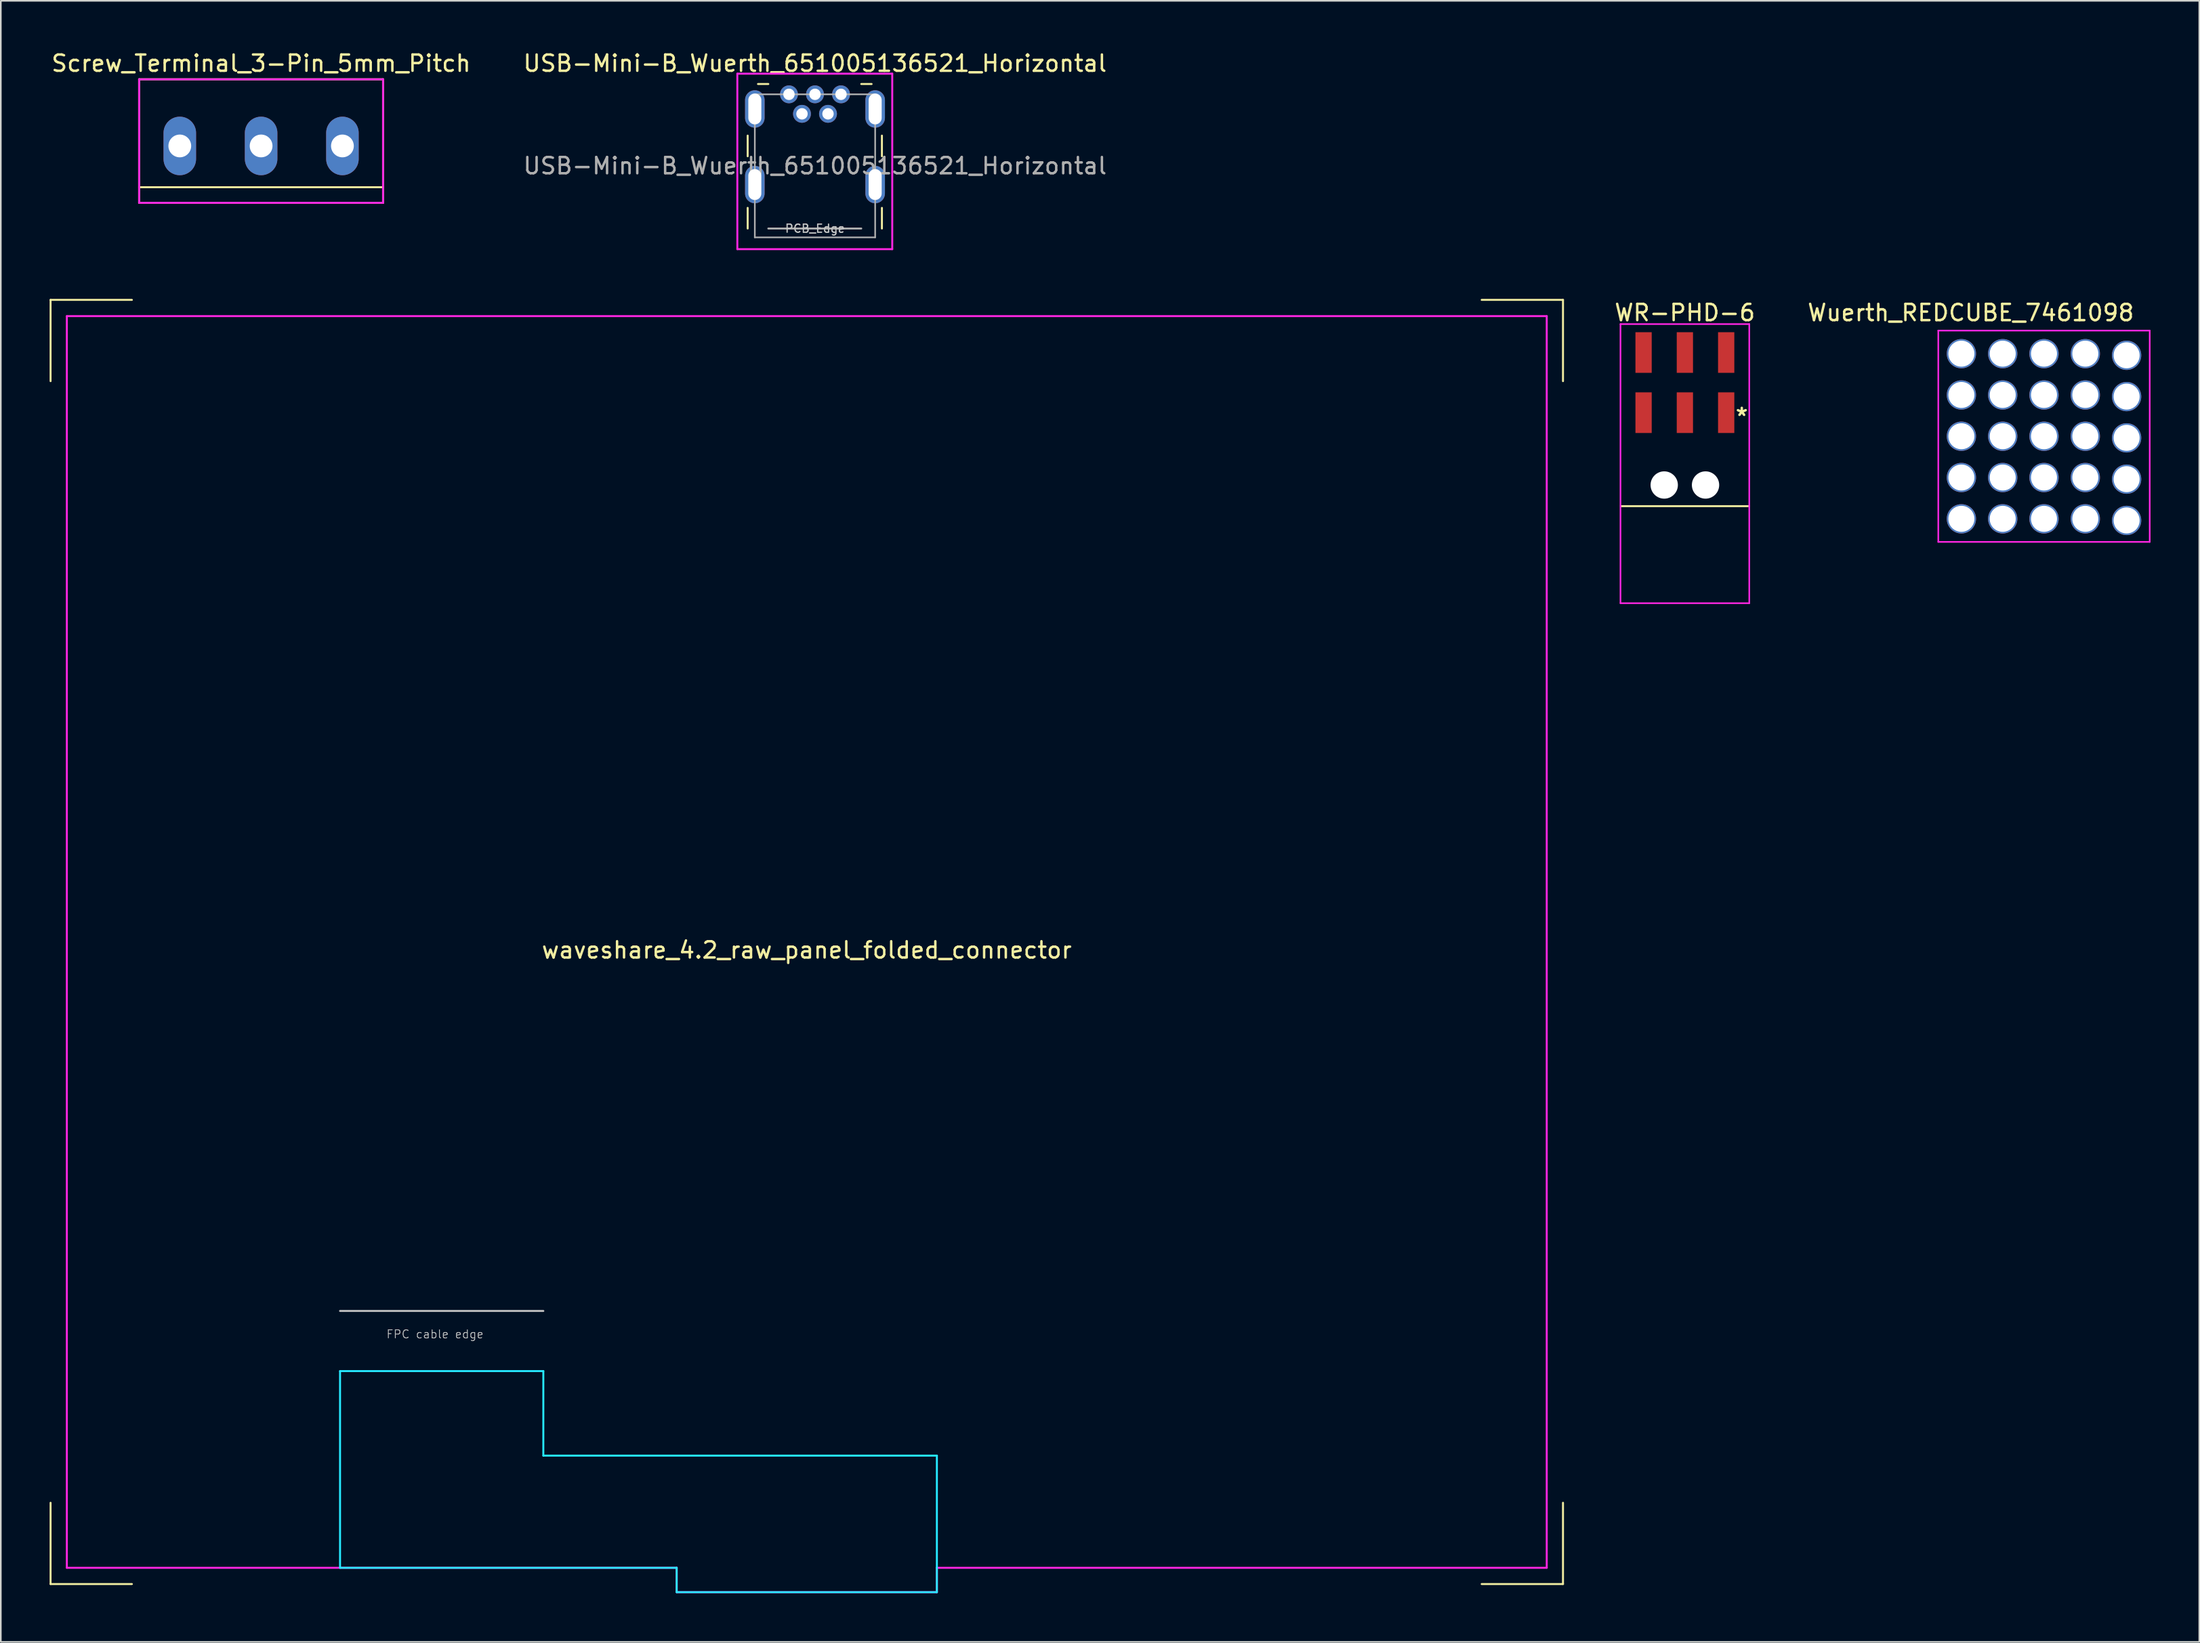
<source format=kicad_pcb>
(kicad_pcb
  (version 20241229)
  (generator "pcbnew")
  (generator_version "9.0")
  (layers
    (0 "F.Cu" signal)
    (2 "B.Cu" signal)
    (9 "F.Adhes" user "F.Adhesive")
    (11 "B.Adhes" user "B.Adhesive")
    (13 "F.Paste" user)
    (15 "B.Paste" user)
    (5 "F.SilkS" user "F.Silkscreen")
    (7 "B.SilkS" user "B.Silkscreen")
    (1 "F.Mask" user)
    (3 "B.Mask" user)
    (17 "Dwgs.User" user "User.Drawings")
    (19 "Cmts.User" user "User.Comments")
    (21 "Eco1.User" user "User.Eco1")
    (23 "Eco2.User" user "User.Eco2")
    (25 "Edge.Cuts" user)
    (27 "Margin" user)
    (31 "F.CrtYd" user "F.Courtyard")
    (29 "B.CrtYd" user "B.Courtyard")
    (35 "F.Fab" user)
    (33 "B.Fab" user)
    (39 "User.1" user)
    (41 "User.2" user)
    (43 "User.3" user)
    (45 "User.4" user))
  (footprint "USB-Mini-B_Wuerth_651005136521_Horizontal"
    (layer "F.Cu")
    (at 45.465 2.753)
    (property "Reference" "USB-Mini-B_Wuerth_651005136521_Horizontal" (at 1.6 -1.905 0) (layer "F.SilkS") (effects (font (size 1 1) (thickness 0.15))))
    (attr through_hole)
    (fp_line (start -2.54 2.54) (end -2.54 3.81) (stroke (width 0.12) (type solid)) (layer "F.SilkS"))
    (fp_line (start -2.54 6.985) (end -2.54 8.255) (stroke (width 0.12) (type solid)) (layer "F.SilkS"))
    (fp_line (start -1.905 -0.635) (end -1.27 -0.635) (stroke (width 0.12) (type solid)) (layer "F.SilkS"))
    (fp_line (start 5.08 -0.635) (end 4.445 -0.635) (stroke (width 0.12) (type solid)) (layer "F.SilkS"))
    (fp_line (start 5.715 2.54) (end 5.715 3.81) (stroke (width 0.12) (type solid)) (layer "F.SilkS"))
    (fp_line (start 5.715 6.985) (end 5.715 8.255) (stroke (width 0.12) (type solid)) (layer "F.SilkS"))
    (fp_line (start -3.175 -1.27) (end 6.35 -1.27) (stroke (width 0.12) (type solid)) (layer "F.CrtYd"))
    (fp_line (start -3.175 9.525) (end -3.175 -1.27) (stroke (width 0.12) (type solid)) (layer "F.CrtYd"))
    (fp_line (start 6.35 -1.27) (end 6.35 9.525) (stroke (width 0.12) (type solid)) (layer "F.CrtYd"))
    (fp_line (start 6.35 9.525) (end -3.175 9.525) (stroke (width 0.12) (type solid)) (layer "F.CrtYd"))
    (fp_line (start -2.1 0) (end -2.1 8.8) (stroke (width 0.1) (type solid)) (layer "F.Fab"))
    (fp_line (start -2.1 8.8) (end 5.3 8.8) (stroke (width 0.1) (type solid)) (layer "F.Fab"))
    (fp_line (start -1.27 8.255) (end 4.445 8.255) (stroke (width 0.12) (type solid)) (layer "F.Fab"))
    (fp_line (start 5.3 0) (end -2.1 0) (stroke (width 0.1) (type solid)) (layer "F.Fab"))
    (fp_line (start 5.3 8.8) (end 5.3 0) (stroke (width 0.1) (type solid)) (layer "F.Fab"))
    (fp_text user "PCB_Edge" (at 1.6 8.255 0) (layer "Dwgs.User") (effects (font (size 0.5 0.5) (thickness 0.08))))
    (fp_text user "${REFERENCE}" (at 1.6 4.4 0) (layer "F.Fab") (effects (font (size 1 1) (thickness 0.15))))
    (pad "1" thru_hole circle (at 0 0) (size 1.1 1.1) (drill 0.7) (layers "*.Cu" "*.Mask"))
    (pad "2" thru_hole circle (at 0.8 1.2) (size 1.1 1.1) (drill 0.7) (layers "*.Cu" "*.Mask"))
    (pad "3" thru_hole circle (at 1.6 0) (size 1.1 1.1) (drill 0.7) (layers "*.Cu" "*.Mask"))
    (pad "4" thru_hole circle (at 2.4 1.2) (size 1.1 1.1) (drill 0.7) (layers "*.Cu" "*.Mask"))
    (pad "5" thru_hole circle (at 3.2 0) (size 1.1 1.1) (drill 0.7) (layers "*.Cu" "*.Mask"))
    (pad "6" thru_hole oval (at -2.1 0.9) (size 1.2 2.3) (drill oval 0.8 1.9) (layers "*.Cu" "*.Mask"))
    (pad "6" thru_hole oval (at -2.1 5.55) (size 1.2 2.3) (drill oval 0.8 1.9) (layers "*.Cu" "*.Mask"))
    (pad "6" thru_hole oval (at 5.3 0.9) (size 1.2 2.3) (drill oval 0.8 1.9) (layers "*.Cu" "*.Mask"))
    (pad "6" thru_hole oval (at 5.3 5.55) (size 1.2 2.3) (drill oval 0.8 1.9) (layers "*.Cu" "*.Mask")))
  (footprint "Screw_Terminal_3-Pin_5mm_Pitch"
    (layer "F.Cu")
    (at 13.006 5.928)
    (property "Reference" "Screw_Terminal_3-Pin_5mm_Pitch" (at 0 -5.08 0) (layer "F.SilkS") (effects (font (size 1 1) (thickness 0.15))))
    (attr through_hole)
    (fp_line (start -7.5 -4.1) (end -7.5 3.5) (stroke (width 0.12) (type solid)) (layer "F.SilkS"))
    (fp_line (start -7.5 -4.1) (end 7.5 -4.1) (stroke (width 0.12) (type solid)) (layer "F.SilkS"))
    (fp_line (start -7.5 2.54) (end 7.5 2.54) (stroke (width 0.12) (type solid)) (layer "F.SilkS"))
    (fp_line (start -7.5 3.5) (end 7.5 3.5) (stroke (width 0.12) (type solid)) (layer "F.SilkS"))
    (fp_line (start 7.5 -4.1) (end 7.5 3.5) (stroke (width 0.12) (type solid)) (layer "F.SilkS"))
    (fp_line (start -7.5 -4.1) (end 7.5 -4.1) (stroke (width 0.12) (type solid)) (layer "F.CrtYd"))
    (fp_line (start -7.5 3.5) (end -7.5 -4.1) (stroke (width 0.12) (type solid)) (layer "F.CrtYd"))
    (fp_line (start 7.5 -4.1) (end 7.5 3.5) (stroke (width 0.12) (type solid)) (layer "F.CrtYd"))
    (fp_line (start 7.5 3.5) (end -7.5 3.5) (stroke (width 0.12) (type solid)) (layer "F.CrtYd"))
    (pad "1" thru_hole oval (at -5 0) (size 2 3.6) (drill 1.4) (layers "*.Cu" "*.Mask"))
    (pad "2" thru_hole oval (at 0 0) (size 2 3.6) (drill 1.4) (layers "*.Cu" "*.Mask"))
    (pad "3" thru_hole oval (at 5 0) (size 2 3.6) (drill 1.4) (layers "*.Cu" "*.Mask")))
  (footprint "WR-PHD-6"
    (layer "F.Cu")
    (at 100.555 26.787)
    (property "Reference" "WR-PHD-6" (at 0 -10.6 0) (layer "F.SilkS") (effects (font (size 1 1) (thickness 0.15))))
    (attr through_hole)
    (fp_line (start -3.9 1.3) (end 3.9 1.3) (stroke (width 0.12) (type solid)) (layer "F.SilkS"))
    (fp_line (start -3.96 -9.9) (end -3.96 7.27) (stroke (width 0.1) (type solid)) (layer "F.CrtYd"))
    (fp_line (start -3.96 7.27) (end 3.96 7.27) (stroke (width 0.1) (type solid)) (layer "F.CrtYd"))
    (fp_line (start 3.96 -9.9) (end -3.96 -9.9) (stroke (width 0.1) (type solid)) (layer "F.CrtYd"))
    (fp_line (start 3.96 7.27) (end 3.96 -9.9) (stroke (width 0.1) (type solid)) (layer "F.CrtYd"))
    (fp_text user "*" (at 3.5 -4.2 0) (layer "F.SilkS") (effects (font (size 1 1) (thickness 0.15))))
    (pad "" np_thru_hole circle (at -1.27 0) (size 1.68 1.68) (drill 1.68) (layers "*.Cu" "*.Mask"))
    (pad "" np_thru_hole circle (at 1.27 0) (size 1.68 1.68) (drill 1.68) (layers "*.Cu" "*.Mask"))
    (pad "1" smd rect (at 2.54 -4.45) (size 1 2.5) (layers "F.Cu" "F.Mask" "F.Paste"))
    (pad "2" smd rect (at 2.54 -8.15) (size 1 2.5) (layers "F.Cu" "F.Mask" "F.Paste"))
    (pad "3" smd rect (at 0 -4.45) (size 1 2.5) (layers "F.Cu" "F.Mask" "F.Paste"))
    (pad "4" smd rect (at 0 -8.15) (size 1 2.5) (layers "F.Cu" "F.Mask" "F.Paste"))
    (pad "5" smd rect (at -2.54 -4.45) (size 1 2.5) (layers "F.Cu" "F.Mask" "F.Paste"))
    (pad "6" smd rect (at -2.54 -8.15) (size 1 2.5) (layers "F.Cu" "F.Mask" "F.Paste")))
  (footprint "Wuerth_REDCUBE_7461098"
    (layer "F.Cu")
    (at 122.638 23.787)
    (property "Reference" "Wuerth_REDCUBE_7461098" (at -4.5 -7.6 0) (layer "F.SilkS") (effects (font (size 1 1) (thickness 0.15))))
    (attr through_hole)
    (fp_line (start -6.5 -6.5) (end 6.5 -6.5) (stroke (width 0.1) (type solid)) (layer "F.CrtYd"))
    (fp_line (start -6.5 6.5) (end -6.5 -6.5) (stroke (width 0.1) (type solid)) (layer "F.CrtYd"))
    (fp_line (start 6.5 -6.5) (end 6.5 6.5) (stroke (width 0.1) (type solid)) (layer "F.CrtYd"))
    (fp_line (start 6.5 6.5) (end -6.5 6.5) (stroke (width 0.1) (type solid)) (layer "F.CrtYd"))
    (pad "1" thru_hole circle (at -5.08 -5.08) (size 1.8 1.8) (drill 1.6) (layers "*.Cu" "*.Mask"))
    (pad "1" thru_hole circle (at -5.08 -2.54) (size 1.8 1.8) (drill 1.6) (layers "*.Cu" "*.Mask"))
    (pad "1" thru_hole circle (at -5.08 0) (size 1.8 1.8) (drill 1.6) (layers "*.Cu" "*.Mask"))
    (pad "1" thru_hole circle (at -5.08 2.54) (size 1.8 1.8) (drill 1.6) (layers "*.Cu" "*.Mask"))
    (pad "1" thru_hole circle (at -5.08 5.08) (size 1.8 1.8) (drill 1.6) (layers "*.Cu" "*.Mask"))
    (pad "1" thru_hole circle (at -2.54 -5.08) (size 1.8 1.8) (drill 1.6) (layers "*.Cu" "*.Mask"))
    (pad "1" thru_hole circle (at -2.54 -2.54) (size 1.8 1.8) (drill 1.6) (layers "*.Cu" "*.Mask"))
    (pad "1" thru_hole circle (at -2.54 0) (size 1.8 1.8) (drill 1.6) (layers "*.Cu" "*.Mask"))
    (pad "1" thru_hole circle (at -2.54 2.54) (size 1.8 1.8) (drill 1.6) (layers "*.Cu" "*.Mask"))
    (pad "1" thru_hole circle (at -2.54 5.08) (size 1.8 1.8) (drill 1.6) (layers "*.Cu" "*.Mask"))
    (pad "1" thru_hole circle (at 0 -5.08) (size 1.8 1.8) (drill 1.6) (layers "*.Cu" "*.Mask"))
    (pad "1" thru_hole circle (at 0 -2.54) (size 1.8 1.8) (drill 1.6) (layers "*.Cu" "*.Mask"))
    (pad "1" thru_hole circle (at 0 0) (size 1.8 1.8) (drill 1.6) (layers "*.Cu" "*.Mask"))
    (pad "1" thru_hole circle (at 0 2.54) (size 1.8 1.8) (drill 1.6) (layers "*.Cu" "*.Mask"))
    (pad "1" thru_hole circle (at 0 5.08) (size 1.8 1.8) (drill 1.6) (layers "*.Cu" "*.Mask"))
    (pad "1" thru_hole circle (at 2.54 -5.08) (size 1.8 1.8) (drill 1.6) (layers "*.Cu" "*.Mask"))
    (pad "1" thru_hole circle (at 2.54 -2.54) (size 1.8 1.8) (drill 1.6) (layers "*.Cu" "*.Mask"))
    (pad "1" thru_hole circle (at 2.54 0) (size 1.8 1.8) (drill 1.6) (layers "*.Cu" "*.Mask"))
    (pad "1" thru_hole circle (at 2.54 2.54) (size 1.8 1.8) (drill 1.6) (layers "*.Cu" "*.Mask"))
    (pad "1" thru_hole circle (at 2.54 5.08) (size 1.8 1.8) (drill 1.6) (layers "*.Cu" "*.Mask"))
    (pad "1" thru_hole circle (at 5.08 -4.98) (size 1.8 1.8) (drill 1.6) (layers "*.Cu" "*.Mask"))
    (pad "1" thru_hole circle (at 5.08 -2.44) (size 1.8 1.8) (drill 1.6) (layers "*.Cu" "*.Mask"))
    (pad "1" thru_hole circle (at 5.08 0.1) (size 1.8 1.8) (drill 1.6) (layers "*.Cu" "*.Mask"))
    (pad "1" thru_hole circle (at 5.08 2.64) (size 1.8 1.8) (drill 1.6) (layers "*.Cu" "*.Mask"))
    (pad "1" thru_hole circle (at 5.08 5.18) (size 1.8 1.8) (drill 1.6) (layers "*.Cu" "*.Mask")))
  (footprint "waveshare_4.2_raw_panel_folded_connector"
    (layer "F.Cu")
    (at 46.56 54.898)
    (property "Reference" "waveshare_4.2_raw_panel_folded_connector" (at 0 0.5 0) (layer "F.SilkS") (effects (font (size 1 1) (thickness 0.15))))
    (attr through_hole)
    (fp_line (start -46.5 -39.5) (end -41.5 -39.5) (stroke (width 0.12) (type solid)) (layer "F.SilkS"))
    (fp_line (start -46.5 -34.5) (end -46.5 -39.5) (stroke (width 0.12) (type solid)) (layer "F.SilkS"))
    (fp_line (start -46.5 34.5) (end -46.5 39.5) (stroke (width 0.12) (type solid)) (layer "F.SilkS"))
    (fp_line (start -46.5 39.5) (end -41.5 39.5) (stroke (width 0.12) (type solid)) (layer "F.SilkS"))
    (fp_line (start 41.5 -39.5) (end 46.5 -39.5) (stroke (width 0.12) (type solid)) (layer "F.SilkS"))
    (fp_line (start 46.5 -39.5) (end 46.5 -34.5) (stroke (width 0.12) (type solid)) (layer "F.SilkS"))
    (fp_line (start 46.5 34.5) (end 46.5 39.5) (stroke (width 0.12) (type solid)) (layer "F.SilkS"))
    (fp_line (start 46.5 39.5) (end 41.5 39.5) (stroke (width 0.12) (type solid)) (layer "F.SilkS"))
    (fp_line (start -16.2 22.7) (end -28.7 22.7) (stroke (width 0.12) (type solid)) (layer "Dwgs.User"))
    (fp_line (start -28.7 26.4) (end -28.7 38.5) (stroke (width 0.12) (type solid)) (layer "B.CrtYd"))
    (fp_line (start -16.2 26.4) (end -28.7 26.4) (stroke (width 0.12) (type solid)) (layer "B.CrtYd"))
    (fp_line (start -16.2 26.4) (end -16.2 31.6) (stroke (width 0.12) (type solid)) (layer "B.CrtYd"))
    (fp_line (start -8 38.5) (end -28.7 38.5) (stroke (width 0.12) (type solid)) (layer "B.CrtYd"))
    (fp_line (start -8 40) (end -8 38.5) (stroke (width 0.12) (type solid)) (layer "B.CrtYd"))
    (fp_line (start 8 31.6) (end -16.2 31.6) (stroke (width 0.12) (type solid)) (layer "B.CrtYd"))
    (fp_line (start 8 38.5) (end 8 31.6) (stroke (width 0.12) (type solid)) (layer "B.CrtYd"))
    (fp_line (start 8 38.5) (end 8 40) (stroke (width 0.12) (type solid)) (layer "B.CrtYd"))
    (fp_line (start 8 40) (end -8 40) (stroke (width 0.12) (type solid)) (layer "B.CrtYd"))
    (fp_line (start -45.5 -38.5) (end 45.5 -38.5) (stroke (width 0.12) (type solid)) (layer "F.CrtYd"))
    (fp_line (start -45.5 38.5) (end -45.5 -38.5) (stroke (width 0.12) (type solid)) (layer "F.CrtYd"))
    (fp_line (start -45.5 38.5) (end -8 38.5) (stroke (width 0.12) (type solid)) (layer "F.CrtYd"))
    (fp_line (start -8 38.5) (end -8 40) (stroke (width 0.12) (type solid)) (layer "F.CrtYd"))
    (fp_line (start -8 40) (end 8 40) (stroke (width 0.12) (type solid)) (layer "F.CrtYd"))
    (fp_line (start 8 40) (end 8 38.5) (stroke (width 0.12) (type solid)) (layer "F.CrtYd"))
    (fp_line (start 45.5 -38.5) (end 45.5 38.5) (stroke (width 0.12) (type solid)) (layer "F.CrtYd"))
    (fp_line (start 45.5 38.5) (end 8 38.5) (stroke (width 0.12) (type solid)) (layer "F.CrtYd"))
    (fp_text user "FPC cable edge" (at -22.86 24.13 0) (layer "Dwgs.User") (effects (font (size 0.5 0.5) (thickness 0.051)))))
  (gr_rect
    (start -3 -3)
    (end 132.188 97.958)
    (stroke (width 0.1) (type default))
    (fill no)
    (layer "Edge.Cuts")))
</source>
